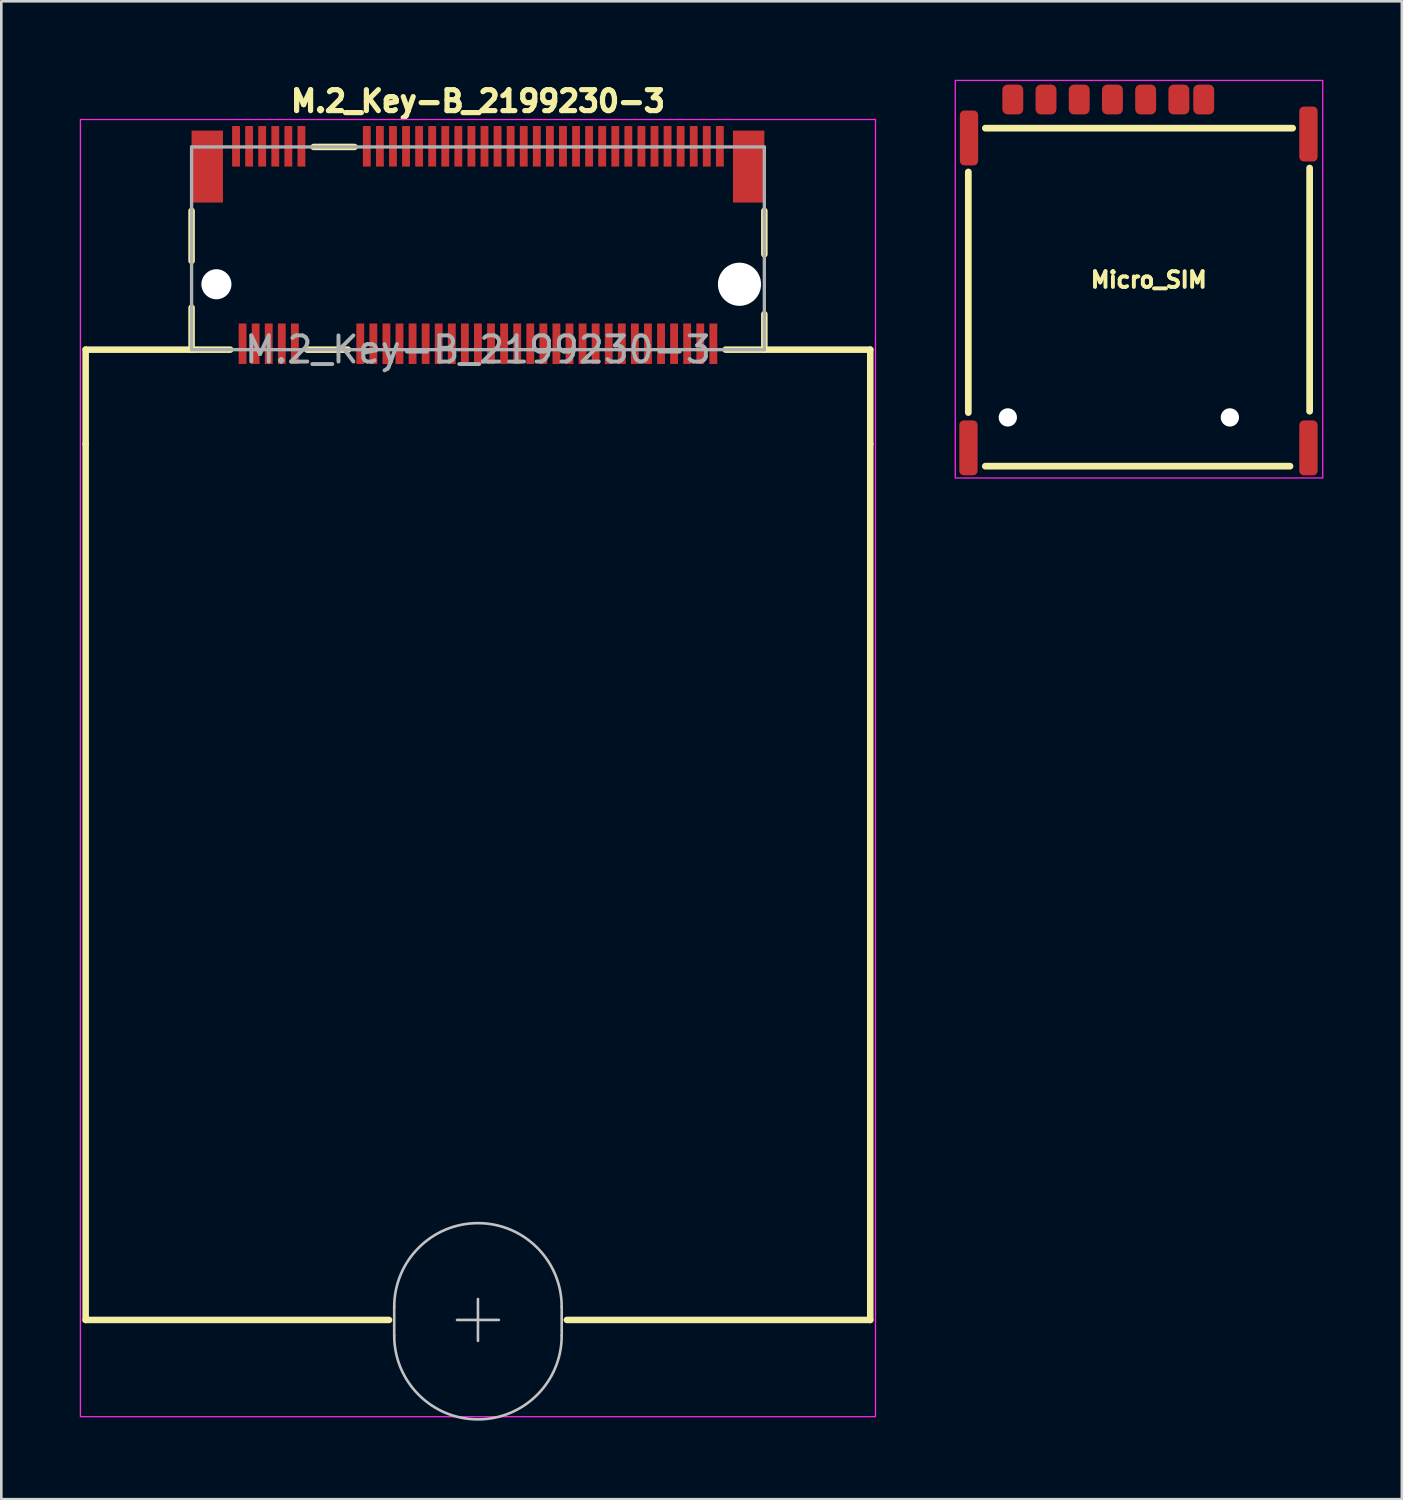
<source format=kicad_pcb>
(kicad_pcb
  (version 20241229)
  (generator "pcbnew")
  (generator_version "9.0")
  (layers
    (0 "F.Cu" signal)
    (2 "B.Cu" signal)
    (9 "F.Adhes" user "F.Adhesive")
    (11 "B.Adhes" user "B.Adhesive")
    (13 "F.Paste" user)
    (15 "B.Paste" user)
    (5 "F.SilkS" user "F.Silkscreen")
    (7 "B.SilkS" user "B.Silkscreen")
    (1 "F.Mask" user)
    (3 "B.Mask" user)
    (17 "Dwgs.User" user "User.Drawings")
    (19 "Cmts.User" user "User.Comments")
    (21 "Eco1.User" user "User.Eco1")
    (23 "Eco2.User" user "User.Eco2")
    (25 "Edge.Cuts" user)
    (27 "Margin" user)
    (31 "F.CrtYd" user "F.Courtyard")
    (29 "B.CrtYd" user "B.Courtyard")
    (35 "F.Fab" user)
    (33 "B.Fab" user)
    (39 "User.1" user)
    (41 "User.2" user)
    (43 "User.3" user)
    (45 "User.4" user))
  (footprint "Micro_SIM"
    (layer "F.Cu")
    (at 40.475 8.125)
    (property "Reference" "Micro_SIM" (at 0.4 -0.475 0) (unlocked yes) (layer "F.SilkS") (effects (font (size 0.6 0.6) (thickness 0.15))))
    (attr smd)
    (fp_line (start -6.5 -4.6) (end -6.5 4.6) (stroke (width 0.257) (type solid)) (layer "F.SilkS"))
    (fp_line (start -5.85 -6.275) (end 5.9 -6.275) (stroke (width 0.257) (type solid)) (layer "F.SilkS"))
    (fp_line (start -5.85 6.65) (end 5.8 6.65) (stroke (width 0.257) (type solid)) (layer "F.SilkS"))
    (fp_line (start 6.55 -4.75) (end 6.55 4.55) (stroke (width 0.257) (type solid)) (layer "F.SilkS"))
    (fp_rect (start -7 -8.1) (end 7.05 7.1) (stroke (width 0.05) (type solid)) (fill no) (layer "F.CrtYd"))
    (pad "" np_thru_hole circle (at -4.99 4.785) (size 0.7 0.7) (drill 1) (layers "*.Cu" "*.Mask"))
    (pad "" np_thru_hole circle (at 3.5 4.785) (size 0.7 0.7) (drill 1) (layers "*.Cu" "*.Mask"))
    (pad "C1" smd roundrect (at 0.28 -7.37 270) (size 1.14 0.8) (layers "F.Cu" "F.Mask" "F.Paste") (roundrect_rratio 0.25))
    (pad "C2" smd roundrect (at -2.26 -7.37 270) (size 1.14 0.8) (layers "F.Cu" "F.Mask" "F.Paste") (roundrect_rratio 0.25))
    (pad "C3" smd roundrect (at -4.8 -7.37 270) (size 1.14 0.8) (layers "F.Cu" "F.Mask" "F.Paste") (roundrect_rratio 0.25))
    (pad "C5" smd roundrect (at 1.55 -7.37 270) (size 1.14 0.8) (layers "F.Cu" "F.Mask" "F.Paste") (roundrect_rratio 0.25))
    (pad "C6" smd roundrect (at -0.99 -7.37 270) (size 1.14 0.8) (layers "F.Cu" "F.Mask" "F.Paste") (roundrect_rratio 0.25))
    (pad "C7" smd roundrect (at -3.53 -7.37 270) (size 1.14 0.8) (layers "F.Cu" "F.Mask" "F.Paste") (roundrect_rratio 0.25))
    (pad "CD" smd roundrect (at 2.5 -7.37 270) (size 1.14 0.8) (layers "F.Cu" "F.Mask" "F.Paste") (roundrect_rratio 0.25))
    (pad "SH" smd roundrect (at -6.495 5.95) (size 0.7 2.1) (layers "F.Cu" "F.Mask" "F.Paste") (roundrect_rratio 0.25))
    (pad "SH" smd roundrect (at -6.475 -5.9) (size 0.7 2.1) (layers "F.Cu" "F.Mask" "F.Paste") (roundrect_rratio 0.25))
    (pad "SH" smd roundrect (at 6.505 -6.05) (size 0.7 2.1) (layers "F.Cu" "F.Mask" "F.Paste") (roundrect_rratio 0.25))
    (pad "SH" smd roundrect (at 6.505 5.95) (size 0.7 2.1) (layers "F.Cu" "F.Mask" "F.Paste") (roundrect_rratio 0.25)))
  (footprint "M.2_Key-B_2199230-3"
    (layer "F.Cu")
    (at 15.225 7.819)
    (property "Reference" "M.2_Key-B_2199230-3" (at 0 -7 0) (unlocked yes) (layer "F.SilkS") (effects (font (size 0.8 0.8) (thickness 0.2) (bold yes))))
    (attr smd)
    (fp_line (start -15 2.5) (end -15 6.1) (stroke (width 0.25) (type default)) (layer "F.SilkS"))
    (fp_line (start -15 6.1) (end -15 39.6) (stroke (width 0.25) (type default)) (layer "F.SilkS"))
    (fp_line (start -15 39.6) (end -3.4 39.6) (stroke (width 0.25) (type default)) (layer "F.SilkS"))
    (fp_line (start -10.95 -2.805) (end -10.95 -0.895) (stroke (width 0.25) (type solid)) (layer "F.SilkS"))
    (fp_line (start -10.95 0.895) (end -10.95 2.5) (stroke (width 0.25) (type solid)) (layer "F.SilkS"))
    (fp_line (start -10.95 2.5) (end -15 2.5) (stroke (width 0.25) (type default)) (layer "F.SilkS"))
    (fp_line (start -10.95 2.5) (end -9.47 2.5) (stroke (width 0.25) (type solid)) (layer "F.SilkS"))
    (fp_line (start -4.97 2.5) (end -6.53 2.5) (stroke (width 0.25) (type solid)) (layer "F.SilkS"))
    (fp_line (start -4.72 -5.25) (end -6.28 -5.25) (stroke (width 0.25) (type solid)) (layer "F.SilkS"))
    (fp_line (start 10.95 -2.805) (end 10.95 -1.145) (stroke (width 0.25) (type solid)) (layer "F.SilkS"))
    (fp_line (start 10.95 1.145) (end 10.95 2.5) (stroke (width 0.25) (type solid)) (layer "F.SilkS"))
    (fp_line (start 10.95 2.5) (end 9.47 2.5) (stroke (width 0.25) (type solid)) (layer "F.SilkS"))
    (fp_line (start 10.95 2.5) (end 15 2.5) (stroke (width 0.25) (type default)) (layer "F.SilkS"))
    (fp_line (start 15 2.5) (end 15 6.1) (stroke (width 0.25) (type default)) (layer "F.SilkS"))
    (fp_line (start 15 6.1) (end 15 39.6) (stroke (width 0.25) (type default)) (layer "F.SilkS"))
    (fp_line (start 15 39.6) (end 3.4 39.6) (stroke (width 0.25) (type default)) (layer "F.SilkS"))
    (fp_line (start -3.202 39.1) (end -3.202 40.2) (stroke (width 0.1) (type default)) (layer "Dwgs.User"))
    (fp_line (start 0 38.8) (end 0 40.4) (stroke (width 0.1) (type default)) (layer "Dwgs.User"))
    (fp_line (start 0.8 39.6) (end -0.8 39.6) (stroke (width 0.1) (type default)) (layer "Dwgs.User"))
    (fp_line (start 3.202 39.1) (end 3.202 40.2) (stroke (width 0.1) (type default)) (layer "Dwgs.User"))
    (fp_arc (start -3.201562 39.1) (mid 0 35.898438) (end 3.201562 39.1) (stroke (width 0.1) (type default)) (layer "Dwgs.User"))
    (fp_arc (start 3.201562 40.2) (mid 0 43.401562) (end -3.201562 40.2) (stroke (width 0.1) (type default)) (layer "Dwgs.User"))
    (fp_rect (start -15.2 -6.3) (end 15.2 43.3) (stroke (width 0.05) (type default)) (fill no) (layer "F.CrtYd"))
    (fp_line (start -10.95 -5.25) (end 10.95 -5.25) (stroke (width 0.127) (type solid)) (layer "F.Fab"))
    (fp_line (start -10.95 2.5) (end -10.95 -5.25) (stroke (width 0.127) (type solid)) (layer "F.Fab"))
    (fp_line (start 10.95 -5.25) (end 10.95 2.5) (stroke (width 0.127) (type solid)) (layer "F.Fab"))
    (fp_line (start 10.95 2.5) (end -10.95 2.5) (stroke (width 0.127) (type solid)) (layer "F.Fab"))
    (fp_text user "${REFERENCE}" (at 0 2.5 0) (unlocked yes) (layer "F.Fab") (effects (font (size 1 1) (thickness 0.15))))
    (pad "" np_thru_hole circle (at -10 0) (size 1.15 1.15) (drill 1.15) (layers "*.Cu" "*.Mask"))
    (pad "" np_thru_hole circle (at 10 0) (size 1.65 1.65) (drill 1.65) (layers "*.Cu" "*.Mask"))
    (pad "1" smd rect (at -9.25 -5.275) (size 0.3 1.55) (layers "F.Cu" "F.Mask" "F.Paste"))
    (pad "2" smd rect (at -9 2.275) (size 0.3 1.55) (layers "F.Cu" "F.Mask" "F.Paste"))
    (pad "3" smd rect (at -8.75 -5.275) (size 0.3 1.55) (layers "F.Cu" "F.Mask" "F.Paste"))
    (pad "4" smd rect (at -8.5 2.275) (size 0.3 1.55) (layers "F.Cu" "F.Mask" "F.Paste"))
    (pad "5" smd rect (at -8.25 -5.275) (size 0.3 1.55) (layers "F.Cu" "F.Mask" "F.Paste"))
    (pad "6" smd rect (at -8 2.275) (size 0.3 1.55) (layers "F.Cu" "F.Mask" "F.Paste"))
    (pad "7" smd rect (at -7.75 -5.275) (size 0.3 1.55) (layers "F.Cu" "F.Mask" "F.Paste"))
    (pad "8" smd rect (at -7.5 2.275) (size 0.3 1.55) (layers "F.Cu" "F.Mask" "F.Paste"))
    (pad "9" smd rect (at -7.25 -5.275) (size 0.3 1.55) (layers "F.Cu" "F.Mask" "F.Paste"))
    (pad "10" smd rect (at -7 2.275) (size 0.3 1.55) (layers "F.Cu" "F.Mask" "F.Paste"))
    (pad "11" smd rect (at -6.75 -5.275) (size 0.3 1.55) (layers "F.Cu" "F.Mask" "F.Paste"))
    (pad "20" smd rect (at -4.5 2.275) (size 0.3 1.55) (layers "F.Cu" "F.Mask" "F.Paste"))
    (pad "21" smd rect (at -4.25 -5.275) (size 0.3 1.55) (layers "F.Cu" "F.Mask" "F.Paste"))
    (pad "22" smd rect (at -4 2.275) (size 0.3 1.55) (layers "F.Cu" "F.Mask" "F.Paste"))
    (pad "23" smd rect (at -3.75 -5.275) (size 0.3 1.55) (layers "F.Cu" "F.Mask" "F.Paste"))
    (pad "24" smd rect (at -3.5 2.275) (size 0.3 1.55) (layers "F.Cu" "F.Mask" "F.Paste"))
    (pad "25" smd rect (at -3.25 -5.275) (size 0.3 1.55) (layers "F.Cu" "F.Mask" "F.Paste"))
    (pad "26" smd rect (at -3 2.275) (size 0.3 1.55) (layers "F.Cu" "F.Mask" "F.Paste"))
    (pad "27" smd rect (at -2.75 -5.275) (size 0.3 1.55) (layers "F.Cu" "F.Mask" "F.Paste"))
    (pad "28" smd rect (at -2.5 2.275) (size 0.3 1.55) (layers "F.Cu" "F.Mask" "F.Paste"))
    (pad "29" smd rect (at -2.25 -5.275) (size 0.3 1.55) (layers "F.Cu" "F.Mask" "F.Paste"))
    (pad "30" smd rect (at -2 2.275) (size 0.3 1.55) (layers "F.Cu" "F.Mask" "F.Paste"))
    (pad "31" smd rect (at -1.75 -5.275) (size 0.3 1.55) (layers "F.Cu" "F.Mask" "F.Paste"))
    (pad "32" smd rect (at -1.5 2.275) (size 0.3 1.55) (layers "F.Cu" "F.Mask" "F.Paste"))
    (pad "33" smd rect (at -1.25 -5.275) (size 0.3 1.55) (layers "F.Cu" "F.Mask" "F.Paste"))
    (pad "34" smd rect (at -1 2.275) (size 0.3 1.55) (layers "F.Cu" "F.Mask" "F.Paste"))
    (pad "35" smd rect (at -0.75 -5.275) (size 0.3 1.55) (layers "F.Cu" "F.Mask" "F.Paste"))
    (pad "36" smd rect (at -0.5 2.275) (size 0.3 1.55) (layers "F.Cu" "F.Mask" "F.Paste"))
    (pad "37" smd rect (at -0.25 -5.275) (size 0.3 1.55) (layers "F.Cu" "F.Mask" "F.Paste"))
    (pad "38" smd rect (at 0 2.275) (size 0.3 1.55) (layers "F.Cu" "F.Mask" "F.Paste"))
    (pad "39" smd rect (at 0.25 -5.275) (size 0.3 1.55) (layers "F.Cu" "F.Mask" "F.Paste"))
    (pad "40" smd rect (at 0.5 2.275) (size 0.3 1.55) (layers "F.Cu" "F.Mask" "F.Paste"))
    (pad "41" smd rect (at 0.75 -5.275) (size 0.3 1.55) (layers "F.Cu" "F.Mask" "F.Paste"))
    (pad "42" smd rect (at 1 2.275) (size 0.3 1.55) (layers "F.Cu" "F.Mask" "F.Paste"))
    (pad "43" smd rect (at 1.25 -5.275) (size 0.3 1.55) (layers "F.Cu" "F.Mask" "F.Paste"))
    (pad "44" smd rect (at 1.5 2.275) (size 0.3 1.55) (layers "F.Cu" "F.Mask" "F.Paste"))
    (pad "45" smd rect (at 1.75 -5.275) (size 0.3 1.55) (layers "F.Cu" "F.Mask" "F.Paste"))
    (pad "46" smd rect (at 2 2.275) (size 0.3 1.55) (layers "F.Cu" "F.Mask" "F.Paste"))
    (pad "47" smd rect (at 2.25 -5.275) (size 0.3 1.55) (layers "F.Cu" "F.Mask" "F.Paste"))
    (pad "48" smd rect (at 2.5 2.275) (size 0.3 1.55) (layers "F.Cu" "F.Mask" "F.Paste"))
    (pad "49" smd rect (at 2.75 -5.275) (size 0.3 1.55) (layers "F.Cu" "F.Mask" "F.Paste"))
    (pad "50" smd rect (at 3 2.275) (size 0.3 1.55) (layers "F.Cu" "F.Mask" "F.Paste"))
    (pad "51" smd rect (at 3.25 -5.275) (size 0.3 1.55) (layers "F.Cu" "F.Mask" "F.Paste"))
    (pad "52" smd rect (at 3.5 2.275) (size 0.3 1.55) (layers "F.Cu" "F.Mask" "F.Paste"))
    (pad "53" smd rect (at 3.75 -5.275) (size 0.3 1.55) (layers "F.Cu" "F.Mask" "F.Paste"))
    (pad "54" smd rect (at 4 2.275) (size 0.3 1.55) (layers "F.Cu" "F.Mask" "F.Paste"))
    (pad "55" smd rect (at 4.25 -5.275) (size 0.3 1.55) (layers "F.Cu" "F.Mask" "F.Paste"))
    (pad "56" smd rect (at 4.5 2.275) (size 0.3 1.55) (layers "F.Cu" "F.Mask" "F.Paste"))
    (pad "57" smd rect (at 4.75 -5.275) (size 0.3 1.55) (layers "F.Cu" "F.Mask" "F.Paste"))
    (pad "58" smd rect (at 5 2.275) (size 0.3 1.55) (layers "F.Cu" "F.Mask" "F.Paste"))
    (pad "59" smd rect (at 5.25 -5.275) (size 0.3 1.55) (layers "F.Cu" "F.Mask" "F.Paste"))
    (pad "60" smd rect (at 5.5 2.275) (size 0.3 1.55) (layers "F.Cu" "F.Mask" "F.Paste"))
    (pad "61" smd rect (at 5.75 -5.275) (size 0.3 1.55) (layers "F.Cu" "F.Mask" "F.Paste"))
    (pad "62" smd rect (at 6 2.275) (size 0.3 1.55) (layers "F.Cu" "F.Mask" "F.Paste"))
    (pad "63" smd rect (at 6.25 -5.275) (size 0.3 1.55) (layers "F.Cu" "F.Mask" "F.Paste"))
    (pad "64" smd rect (at 6.5 2.275) (size 0.3 1.55) (layers "F.Cu" "F.Mask" "F.Paste"))
    (pad "65" smd rect (at 6.75 -5.275) (size 0.3 1.55) (layers "F.Cu" "F.Mask" "F.Paste"))
    (pad "66" smd rect (at 7 2.275) (size 0.3 1.55) (layers "F.Cu" "F.Mask" "F.Paste"))
    (pad "67" smd rect (at 7.25 -5.275) (size 0.3 1.55) (layers "F.Cu" "F.Mask" "F.Paste"))
    (pad "68" smd rect (at 7.5 2.275) (size 0.3 1.55) (layers "F.Cu" "F.Mask" "F.Paste"))
    (pad "69" smd rect (at 7.75 -5.275) (size 0.3 1.55) (layers "F.Cu" "F.Mask" "F.Paste"))
    (pad "70" smd rect (at 8 2.275) (size 0.3 1.55) (layers "F.Cu" "F.Mask" "F.Paste"))
    (pad "71" smd rect (at 8.25 -5.275) (size 0.3 1.55) (layers "F.Cu" "F.Mask" "F.Paste"))
    (pad "72" smd rect (at 8.5 2.275) (size 0.3 1.55) (layers "F.Cu" "F.Mask" "F.Paste"))
    (pad "73" smd rect (at 8.75 -5.275) (size 0.3 1.55) (layers "F.Cu" "F.Mask" "F.Paste"))
    (pad "74" smd rect (at 9 2.275) (size 0.3 1.55) (layers "F.Cu" "F.Mask" "F.Paste"))
    (pad "75" smd rect (at 9.25 -5.275) (size 0.3 1.55) (layers "F.Cu" "F.Mask" "F.Paste"))
    (pad "SH" smd rect (at -10.35 -4.5) (size 1.2 2.75) (layers "F.Cu" "F.Mask" "F.Paste"))
    (pad "SH" smd rect (at 10.35 -4.5) (size 1.2 2.75) (layers "F.Cu" "F.Mask" "F.Paste")))
  (gr_rect
    (start -3 -3)
    (end 50.55 54.271)
    (stroke (width 0.1) (type default))
    (fill no)
    (layer "Edge.Cuts")))
</source>
